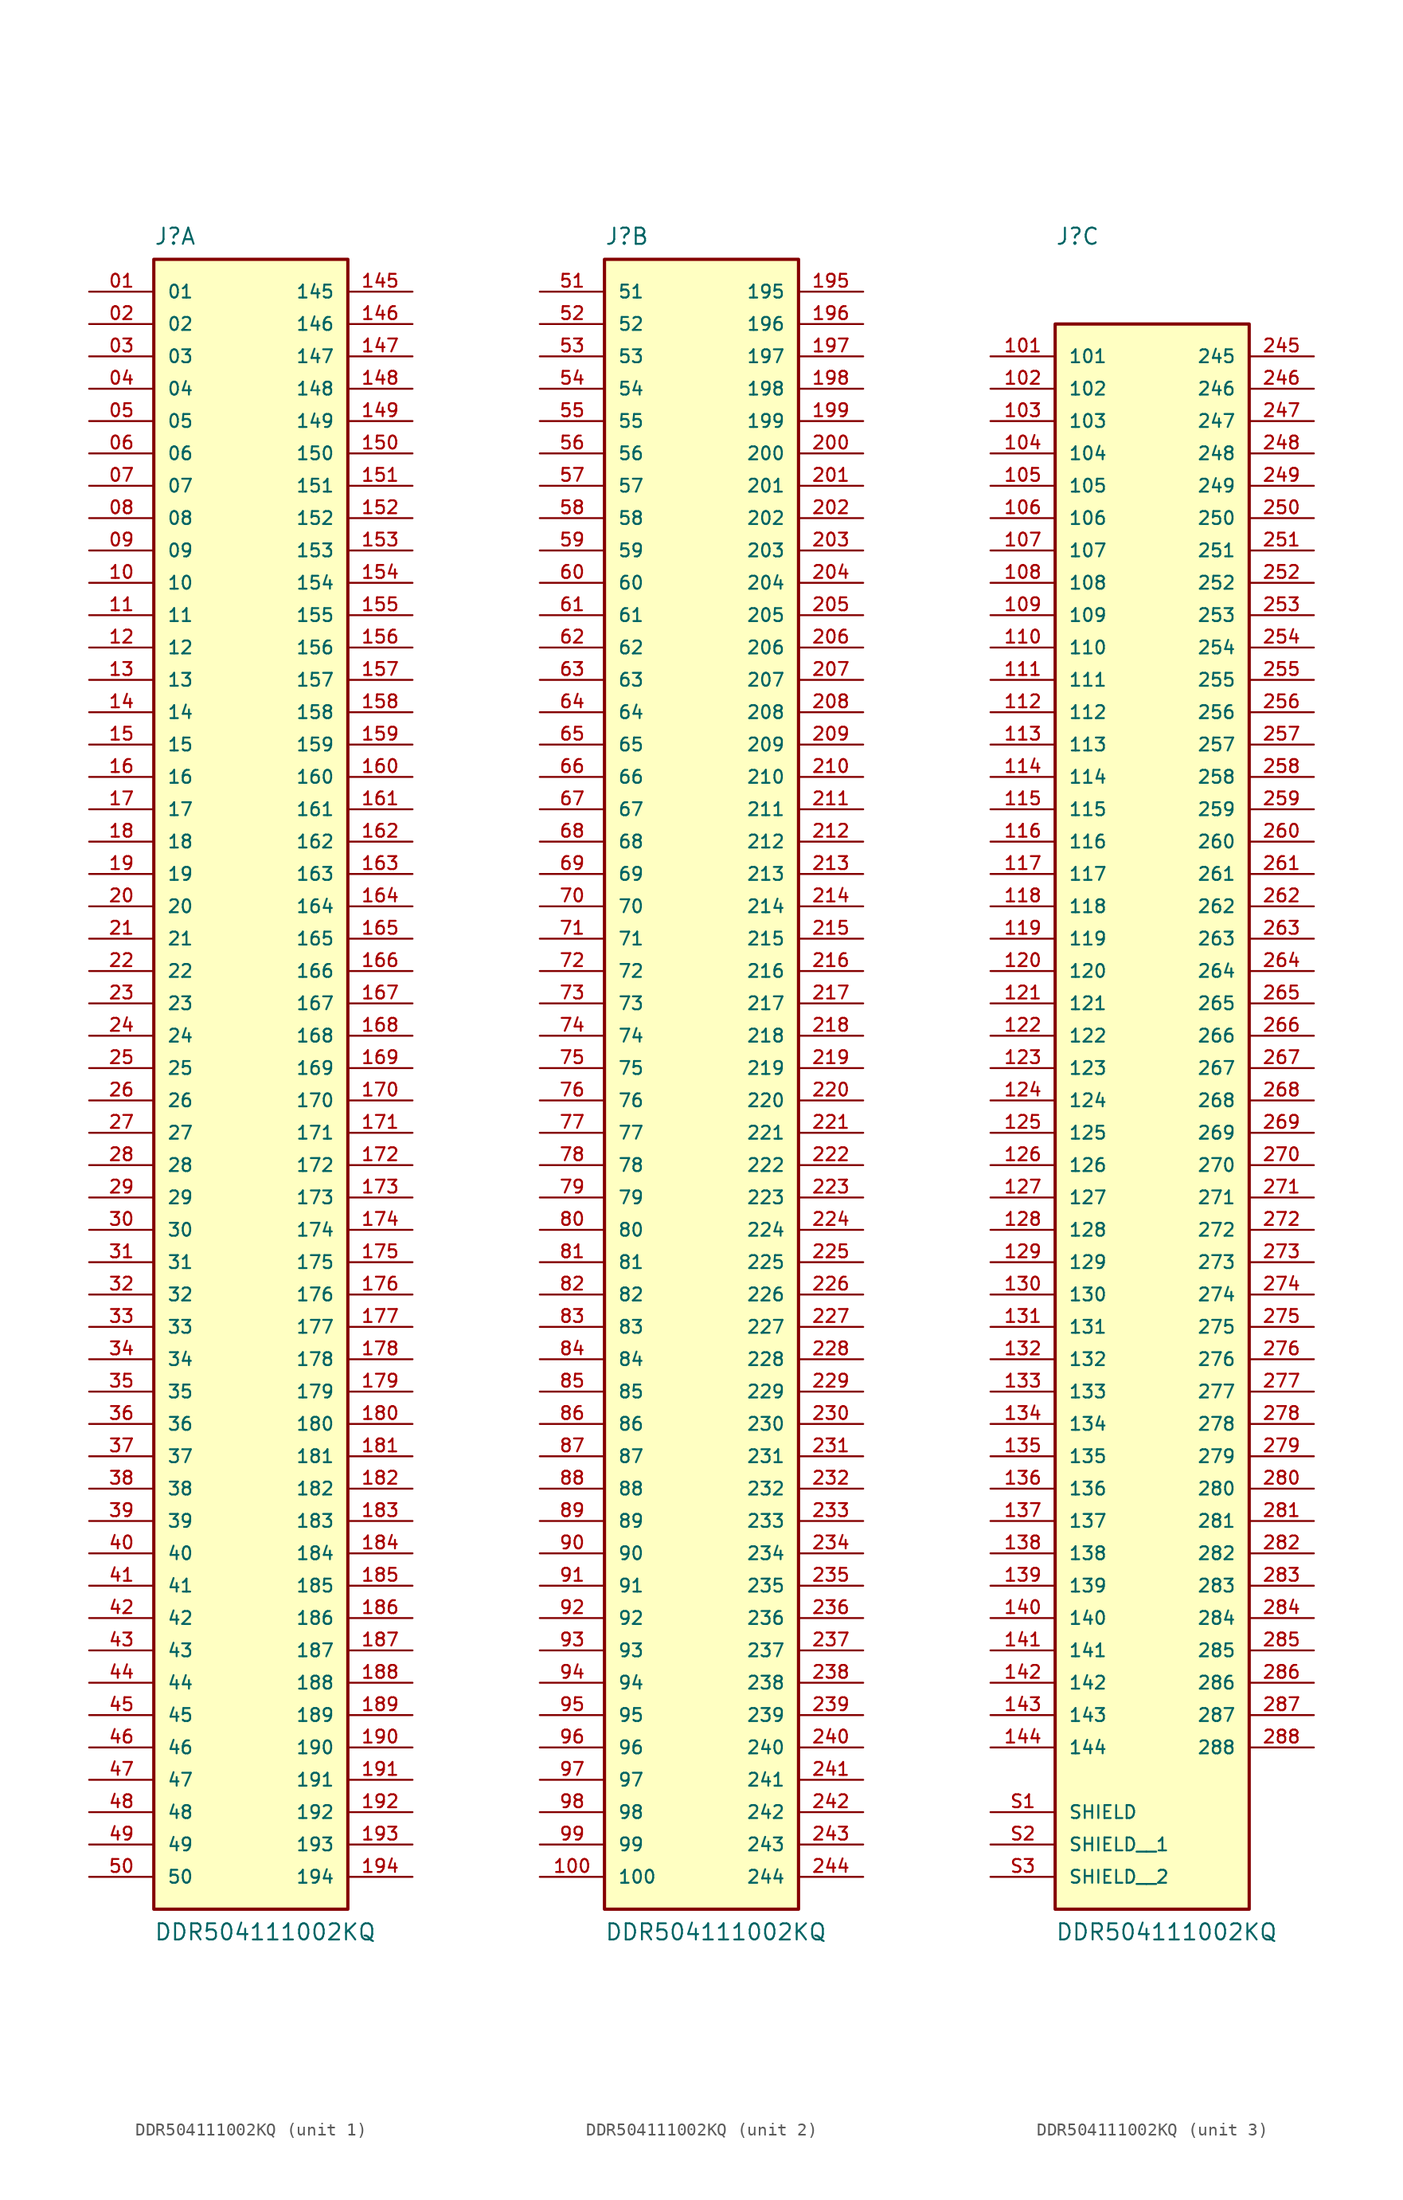
<source format=kicad_sym>
(kicad_symbol_lib
  (version 20211014)
  (generator kicad_symbol_editor)
  (symbol "DDR504111002KQ"
    (pin_names
      (offset 1.016))
    (property "Reference" "J"
      (at -7.62 66.04 0)
      (effects (font (size 1.27 1.27)) (justify top left)))
    (property "Value" "DDR504111002KQ"
      (at -7.62 -68.58 0)
      (effects (font (size 1.27 1.27)) (justify bottom left)))
    (symbol "DDR504111002KQ_1_0"
      (rectangle (start -7.62 -66.04) (end 7.62 63.5) (stroke (width 0.254)) (fill (type background)))
      (pin passive line (at -12.7 60.96 0) (length 5.08) (name "01" (effects (font (size 1.016 1.016)))) (number "01" (effects (font (size 1.016 1.016)))))
      (pin passive line (at -12.7 58.42 0) (length 5.08) (name "02" (effects (font (size 1.016 1.016)))) (number "02" (effects (font (size 1.016 1.016)))))
      (pin passive line (at -12.7 55.88 0) (length 5.08) (name "03" (effects (font (size 1.016 1.016)))) (number "03" (effects (font (size 1.016 1.016)))))
      (pin passive line (at -12.7 53.34 0) (length 5.08) (name "04" (effects (font (size 1.016 1.016)))) (number "04" (effects (font (size 1.016 1.016)))))
      (pin passive line (at -12.7 50.8 0) (length 5.08) (name "05" (effects (font (size 1.016 1.016)))) (number "05" (effects (font (size 1.016 1.016)))))
      (pin passive line (at -12.7 48.26 0) (length 5.08) (name "06" (effects (font (size 1.016 1.016)))) (number "06" (effects (font (size 1.016 1.016)))))
      (pin passive line (at -12.7 45.72 0) (length 5.08) (name "07" (effects (font (size 1.016 1.016)))) (number "07" (effects (font (size 1.016 1.016)))))
      (pin passive line (at -12.7 43.18 0) (length 5.08) (name "08" (effects (font (size 1.016 1.016)))) (number "08" (effects (font (size 1.016 1.016)))))
      (pin passive line (at -12.7 40.64 0) (length 5.08) (name "09" (effects (font (size 1.016 1.016)))) (number "09" (effects (font (size 1.016 1.016)))))
      (pin passive line (at -12.7 38.1 0) (length 5.08) (name "10" (effects (font (size 1.016 1.016)))) (number "10" (effects (font (size 1.016 1.016)))))
      (pin passive line (at -12.7 35.56 0) (length 5.08) (name "11" (effects (font (size 1.016 1.016)))) (number "11" (effects (font (size 1.016 1.016)))))
      (pin passive line (at -12.7 33.02 0) (length 5.08) (name "12" (effects (font (size 1.016 1.016)))) (number "12" (effects (font (size 1.016 1.016)))))
      (pin passive line (at -12.7 30.48 0) (length 5.08) (name "13" (effects (font (size 1.016 1.016)))) (number "13" (effects (font (size 1.016 1.016)))))
      (pin passive line (at -12.7 27.94 0) (length 5.08) (name "14" (effects (font (size 1.016 1.016)))) (number "14" (effects (font (size 1.016 1.016)))))
      (pin passive line (at -12.7 25.4 0) (length 5.08) (name "15" (effects (font (size 1.016 1.016)))) (number "15" (effects (font (size 1.016 1.016)))))
      (pin passive line (at -12.7 22.86 0) (length 5.08) (name "16" (effects (font (size 1.016 1.016)))) (number "16" (effects (font (size 1.016 1.016)))))
      (pin passive line (at -12.7 20.32 0) (length 5.08) (name "17" (effects (font (size 1.016 1.016)))) (number "17" (effects (font (size 1.016 1.016)))))
      (pin passive line (at -12.7 17.78 0) (length 5.08) (name "18" (effects (font (size 1.016 1.016)))) (number "18" (effects (font (size 1.016 1.016)))))
      (pin passive line (at -12.7 15.24 0) (length 5.08) (name "19" (effects (font (size 1.016 1.016)))) (number "19" (effects (font (size 1.016 1.016)))))
      (pin passive line (at -12.7 12.7 0) (length 5.08) (name "20" (effects (font (size 1.016 1.016)))) (number "20" (effects (font (size 1.016 1.016)))))
      (pin passive line (at -12.7 10.16 0) (length 5.08) (name "21" (effects (font (size 1.016 1.016)))) (number "21" (effects (font (size 1.016 1.016)))))
      (pin passive line (at -12.7 7.62 0) (length 5.08) (name "22" (effects (font (size 1.016 1.016)))) (number "22" (effects (font (size 1.016 1.016)))))
      (pin passive line (at -12.7 5.08 0) (length 5.08) (name "23" (effects (font (size 1.016 1.016)))) (number "23" (effects (font (size 1.016 1.016)))))
      (pin passive line (at -12.7 2.54 0) (length 5.08) (name "24" (effects (font (size 1.016 1.016)))) (number "24" (effects (font (size 1.016 1.016)))))
      (pin passive line (at -12.7 0.0 0) (length 5.08) (name "25" (effects (font (size 1.016 1.016)))) (number "25" (effects (font (size 1.016 1.016)))))
      (pin passive line (at -12.7 -2.54 0) (length 5.08) (name "26" (effects (font (size 1.016 1.016)))) (number "26" (effects (font (size 1.016 1.016)))))
      (pin passive line (at -12.7 -5.08 0) (length 5.08) (name "27" (effects (font (size 1.016 1.016)))) (number "27" (effects (font (size 1.016 1.016)))))
      (pin passive line (at -12.7 -7.62 0) (length 5.08) (name "28" (effects (font (size 1.016 1.016)))) (number "28" (effects (font (size 1.016 1.016)))))
      (pin passive line (at -12.7 -10.16 0) (length 5.08) (name "29" (effects (font (size 1.016 1.016)))) (number "29" (effects (font (size 1.016 1.016)))))
      (pin passive line (at -12.7 -12.7 0) (length 5.08) (name "30" (effects (font (size 1.016 1.016)))) (number "30" (effects (font (size 1.016 1.016)))))
      (pin passive line (at -12.7 -15.24 0) (length 5.08) (name "31" (effects (font (size 1.016 1.016)))) (number "31" (effects (font (size 1.016 1.016)))))
      (pin passive line (at -12.7 -17.78 0) (length 5.08) (name "32" (effects (font (size 1.016 1.016)))) (number "32" (effects (font (size 1.016 1.016)))))
      (pin passive line (at -12.7 -20.32 0) (length 5.08) (name "33" (effects (font (size 1.016 1.016)))) (number "33" (effects (font (size 1.016 1.016)))))
      (pin passive line (at -12.7 -22.86 0) (length 5.08) (name "34" (effects (font (size 1.016 1.016)))) (number "34" (effects (font (size 1.016 1.016)))))
      (pin passive line (at -12.7 -25.4 0) (length 5.08) (name "35" (effects (font (size 1.016 1.016)))) (number "35" (effects (font (size 1.016 1.016)))))
      (pin passive line (at -12.7 -27.94 0) (length 5.08) (name "36" (effects (font (size 1.016 1.016)))) (number "36" (effects (font (size 1.016 1.016)))))
      (pin passive line (at -12.7 -30.48 0) (length 5.08) (name "37" (effects (font (size 1.016 1.016)))) (number "37" (effects (font (size 1.016 1.016)))))
      (pin passive line (at -12.7 -33.02 0) (length 5.08) (name "38" (effects (font (size 1.016 1.016)))) (number "38" (effects (font (size 1.016 1.016)))))
      (pin passive line (at -12.7 -35.56 0) (length 5.08) (name "39" (effects (font (size 1.016 1.016)))) (number "39" (effects (font (size 1.016 1.016)))))
      (pin passive line (at -12.7 -38.1 0) (length 5.08) (name "40" (effects (font (size 1.016 1.016)))) (number "40" (effects (font (size 1.016 1.016)))))
      (pin passive line (at -12.7 -40.64 0) (length 5.08) (name "41" (effects (font (size 1.016 1.016)))) (number "41" (effects (font (size 1.016 1.016)))))
      (pin passive line (at -12.7 -43.18 0) (length 5.08) (name "42" (effects (font (size 1.016 1.016)))) (number "42" (effects (font (size 1.016 1.016)))))
      (pin passive line (at -12.7 -45.72 0) (length 5.08) (name "43" (effects (font (size 1.016 1.016)))) (number "43" (effects (font (size 1.016 1.016)))))
      (pin passive line (at -12.7 -48.26 0) (length 5.08) (name "44" (effects (font (size 1.016 1.016)))) (number "44" (effects (font (size 1.016 1.016)))))
      (pin passive line (at -12.7 -50.8 0) (length 5.08) (name "45" (effects (font (size 1.016 1.016)))) (number "45" (effects (font (size 1.016 1.016)))))
      (pin passive line (at -12.7 -53.34 0) (length 5.08) (name "46" (effects (font (size 1.016 1.016)))) (number "46" (effects (font (size 1.016 1.016)))))
      (pin passive line (at -12.7 -55.88 0) (length 5.08) (name "47" (effects (font (size 1.016 1.016)))) (number "47" (effects (font (size 1.016 1.016)))))
      (pin passive line (at -12.7 -58.42 0) (length 5.08) (name "48" (effects (font (size 1.016 1.016)))) (number "48" (effects (font (size 1.016 1.016)))))
      (pin passive line (at -12.7 -60.96 0) (length 5.08) (name "49" (effects (font (size 1.016 1.016)))) (number "49" (effects (font (size 1.016 1.016)))))
      (pin passive line (at -12.7 -63.5 0) (length 5.08) (name "50" (effects (font (size 1.016 1.016)))) (number "50" (effects (font (size 1.016 1.016)))))
      (pin passive line (at 12.7 60.96 180.0) (length 5.08) (name "145" (effects (font (size 1.016 1.016)))) (number "145" (effects (font (size 1.016 1.016)))))
      (pin passive line (at 12.7 58.42 180.0) (length 5.08) (name "146" (effects (font (size 1.016 1.016)))) (number "146" (effects (font (size 1.016 1.016)))))
      (pin passive line (at 12.7 55.88 180.0) (length 5.08) (name "147" (effects (font (size 1.016 1.016)))) (number "147" (effects (font (size 1.016 1.016)))))
      (pin passive line (at 12.7 53.34 180.0) (length 5.08) (name "148" (effects (font (size 1.016 1.016)))) (number "148" (effects (font (size 1.016 1.016)))))
      (pin passive line (at 12.7 50.8 180.0) (length 5.08) (name "149" (effects (font (size 1.016 1.016)))) (number "149" (effects (font (size 1.016 1.016)))))
      (pin passive line (at 12.7 48.26 180.0) (length 5.08) (name "150" (effects (font (size 1.016 1.016)))) (number "150" (effects (font (size 1.016 1.016)))))
      (pin passive line (at 12.7 45.72 180.0) (length 5.08) (name "151" (effects (font (size 1.016 1.016)))) (number "151" (effects (font (size 1.016 1.016)))))
      (pin passive line (at 12.7 43.18 180.0) (length 5.08) (name "152" (effects (font (size 1.016 1.016)))) (number "152" (effects (font (size 1.016 1.016)))))
      (pin passive line (at 12.7 40.64 180.0) (length 5.08) (name "153" (effects (font (size 1.016 1.016)))) (number "153" (effects (font (size 1.016 1.016)))))
      (pin passive line (at 12.7 38.1 180.0) (length 5.08) (name "154" (effects (font (size 1.016 1.016)))) (number "154" (effects (font (size 1.016 1.016)))))
      (pin passive line (at 12.7 35.56 180.0) (length 5.08) (name "155" (effects (font (size 1.016 1.016)))) (number "155" (effects (font (size 1.016 1.016)))))
      (pin passive line (at 12.7 33.02 180.0) (length 5.08) (name "156" (effects (font (size 1.016 1.016)))) (number "156" (effects (font (size 1.016 1.016)))))
      (pin passive line (at 12.7 30.48 180.0) (length 5.08) (name "157" (effects (font (size 1.016 1.016)))) (number "157" (effects (font (size 1.016 1.016)))))
      (pin passive line (at 12.7 27.94 180.0) (length 5.08) (name "158" (effects (font (size 1.016 1.016)))) (number "158" (effects (font (size 1.016 1.016)))))
      (pin passive line (at 12.7 25.4 180.0) (length 5.08) (name "159" (effects (font (size 1.016 1.016)))) (number "159" (effects (font (size 1.016 1.016)))))
      (pin passive line (at 12.7 22.86 180.0) (length 5.08) (name "160" (effects (font (size 1.016 1.016)))) (number "160" (effects (font (size 1.016 1.016)))))
      (pin passive line (at 12.7 20.32 180.0) (length 5.08) (name "161" (effects (font (size 1.016 1.016)))) (number "161" (effects (font (size 1.016 1.016)))))
      (pin passive line (at 12.7 17.78 180.0) (length 5.08) (name "162" (effects (font (size 1.016 1.016)))) (number "162" (effects (font (size 1.016 1.016)))))
      (pin passive line (at 12.7 15.24 180.0) (length 5.08) (name "163" (effects (font (size 1.016 1.016)))) (number "163" (effects (font (size 1.016 1.016)))))
      (pin passive line (at 12.7 12.7 180.0) (length 5.08) (name "164" (effects (font (size 1.016 1.016)))) (number "164" (effects (font (size 1.016 1.016)))))
      (pin passive line (at 12.7 10.16 180.0) (length 5.08) (name "165" (effects (font (size 1.016 1.016)))) (number "165" (effects (font (size 1.016 1.016)))))
      (pin passive line (at 12.7 7.62 180.0) (length 5.08) (name "166" (effects (font (size 1.016 1.016)))) (number "166" (effects (font (size 1.016 1.016)))))
      (pin passive line (at 12.7 5.08 180.0) (length 5.08) (name "167" (effects (font (size 1.016 1.016)))) (number "167" (effects (font (size 1.016 1.016)))))
      (pin passive line (at 12.7 2.54 180.0) (length 5.08) (name "168" (effects (font (size 1.016 1.016)))) (number "168" (effects (font (size 1.016 1.016)))))
      (pin passive line (at 12.7 0.0 180.0) (length 5.08) (name "169" (effects (font (size 1.016 1.016)))) (number "169" (effects (font (size 1.016 1.016)))))
      (pin passive line (at 12.7 -2.54 180.0) (length 5.08) (name "170" (effects (font (size 1.016 1.016)))) (number "170" (effects (font (size 1.016 1.016)))))
      (pin passive line (at 12.7 -5.08 180.0) (length 5.08) (name "171" (effects (font (size 1.016 1.016)))) (number "171" (effects (font (size 1.016 1.016)))))
      (pin passive line (at 12.7 -7.62 180.0) (length 5.08) (name "172" (effects (font (size 1.016 1.016)))) (number "172" (effects (font (size 1.016 1.016)))))
      (pin passive line (at 12.7 -10.16 180.0) (length 5.08) (name "173" (effects (font (size 1.016 1.016)))) (number "173" (effects (font (size 1.016 1.016)))))
      (pin passive line (at 12.7 -12.7 180.0) (length 5.08) (name "174" (effects (font (size 1.016 1.016)))) (number "174" (effects (font (size 1.016 1.016)))))
      (pin passive line (at 12.7 -15.24 180.0) (length 5.08) (name "175" (effects (font (size 1.016 1.016)))) (number "175" (effects (font (size 1.016 1.016)))))
      (pin passive line (at 12.7 -17.78 180.0) (length 5.08) (name "176" (effects (font (size 1.016 1.016)))) (number "176" (effects (font (size 1.016 1.016)))))
      (pin passive line (at 12.7 -20.32 180.0) (length 5.08) (name "177" (effects (font (size 1.016 1.016)))) (number "177" (effects (font (size 1.016 1.016)))))
      (pin passive line (at 12.7 -22.86 180.0) (length 5.08) (name "178" (effects (font (size 1.016 1.016)))) (number "178" (effects (font (size 1.016 1.016)))))
      (pin passive line (at 12.7 -25.4 180.0) (length 5.08) (name "179" (effects (font (size 1.016 1.016)))) (number "179" (effects (font (size 1.016 1.016)))))
      (pin passive line (at 12.7 -27.94 180.0) (length 5.08) (name "180" (effects (font (size 1.016 1.016)))) (number "180" (effects (font (size 1.016 1.016)))))
      (pin passive line (at 12.7 -30.48 180.0) (length 5.08) (name "181" (effects (font (size 1.016 1.016)))) (number "181" (effects (font (size 1.016 1.016)))))
      (pin passive line (at 12.7 -33.02 180.0) (length 5.08) (name "182" (effects (font (size 1.016 1.016)))) (number "182" (effects (font (size 1.016 1.016)))))
      (pin passive line (at 12.7 -35.56 180.0) (length 5.08) (name "183" (effects (font (size 1.016 1.016)))) (number "183" (effects (font (size 1.016 1.016)))))
      (pin passive line (at 12.7 -38.1 180.0) (length 5.08) (name "184" (effects (font (size 1.016 1.016)))) (number "184" (effects (font (size 1.016 1.016)))))
      (pin passive line (at 12.7 -40.64 180.0) (length 5.08) (name "185" (effects (font (size 1.016 1.016)))) (number "185" (effects (font (size 1.016 1.016)))))
      (pin passive line (at 12.7 -43.18 180.0) (length 5.08) (name "186" (effects (font (size 1.016 1.016)))) (number "186" (effects (font (size 1.016 1.016)))))
      (pin passive line (at 12.7 -45.72 180.0) (length 5.08) (name "187" (effects (font (size 1.016 1.016)))) (number "187" (effects (font (size 1.016 1.016)))))
      (pin passive line (at 12.7 -48.26 180.0) (length 5.08) (name "188" (effects (font (size 1.016 1.016)))) (number "188" (effects (font (size 1.016 1.016)))))
      (pin passive line (at 12.7 -50.8 180.0) (length 5.08) (name "189" (effects (font (size 1.016 1.016)))) (number "189" (effects (font (size 1.016 1.016)))))
      (pin passive line (at 12.7 -53.34 180.0) (length 5.08) (name "190" (effects (font (size 1.016 1.016)))) (number "190" (effects (font (size 1.016 1.016)))))
      (pin passive line (at 12.7 -55.88 180.0) (length 5.08) (name "191" (effects (font (size 1.016 1.016)))) (number "191" (effects (font (size 1.016 1.016)))))
      (pin passive line (at 12.7 -58.42 180.0) (length 5.08) (name "192" (effects (font (size 1.016 1.016)))) (number "192" (effects (font (size 1.016 1.016)))))
      (pin passive line (at 12.7 -60.96 180.0) (length 5.08) (name "193" (effects (font (size 1.016 1.016)))) (number "193" (effects (font (size 1.016 1.016)))))
      (pin passive line (at 12.7 -63.5 180.0) (length 5.08) (name "194" (effects (font (size 1.016 1.016)))) (number "194" (effects (font (size 1.016 1.016))))))
    (symbol "DDR504111002KQ_2_0"
      (rectangle (start -7.62 -66.04) (end 7.62 63.5) (stroke (width 0.254)) (fill (type background)))
      (pin passive line (at -12.7 60.96 0) (length 5.08) (name "51" (effects (font (size 1.016 1.016)))) (number "51" (effects (font (size 1.016 1.016)))))
      (pin passive line (at -12.7 58.42 0) (length 5.08) (name "52" (effects (font (size 1.016 1.016)))) (number "52" (effects (font (size 1.016 1.016)))))
      (pin passive line (at -12.7 55.88 0) (length 5.08) (name "53" (effects (font (size 1.016 1.016)))) (number "53" (effects (font (size 1.016 1.016)))))
      (pin passive line (at -12.7 53.34 0) (length 5.08) (name "54" (effects (font (size 1.016 1.016)))) (number "54" (effects (font (size 1.016 1.016)))))
      (pin passive line (at -12.7 50.8 0) (length 5.08) (name "55" (effects (font (size 1.016 1.016)))) (number "55" (effects (font (size 1.016 1.016)))))
      (pin passive line (at -12.7 48.26 0) (length 5.08) (name "56" (effects (font (size 1.016 1.016)))) (number "56" (effects (font (size 1.016 1.016)))))
      (pin passive line (at -12.7 45.72 0) (length 5.08) (name "57" (effects (font (size 1.016 1.016)))) (number "57" (effects (font (size 1.016 1.016)))))
      (pin passive line (at -12.7 43.18 0) (length 5.08) (name "58" (effects (font (size 1.016 1.016)))) (number "58" (effects (font (size 1.016 1.016)))))
      (pin passive line (at -12.7 40.64 0) (length 5.08) (name "59" (effects (font (size 1.016 1.016)))) (number "59" (effects (font (size 1.016 1.016)))))
      (pin passive line (at -12.7 38.1 0) (length 5.08) (name "60" (effects (font (size 1.016 1.016)))) (number "60" (effects (font (size 1.016 1.016)))))
      (pin passive line (at -12.7 35.56 0) (length 5.08) (name "61" (effects (font (size 1.016 1.016)))) (number "61" (effects (font (size 1.016 1.016)))))
      (pin passive line (at -12.7 33.02 0) (length 5.08) (name "62" (effects (font (size 1.016 1.016)))) (number "62" (effects (font (size 1.016 1.016)))))
      (pin passive line (at -12.7 30.48 0) (length 5.08) (name "63" (effects (font (size 1.016 1.016)))) (number "63" (effects (font (size 1.016 1.016)))))
      (pin passive line (at -12.7 27.94 0) (length 5.08) (name "64" (effects (font (size 1.016 1.016)))) (number "64" (effects (font (size 1.016 1.016)))))
      (pin passive line (at -12.7 25.4 0) (length 5.08) (name "65" (effects (font (size 1.016 1.016)))) (number "65" (effects (font (size 1.016 1.016)))))
      (pin passive line (at -12.7 22.86 0) (length 5.08) (name "66" (effects (font (size 1.016 1.016)))) (number "66" (effects (font (size 1.016 1.016)))))
      (pin passive line (at -12.7 20.32 0) (length 5.08) (name "67" (effects (font (size 1.016 1.016)))) (number "67" (effects (font (size 1.016 1.016)))))
      (pin passive line (at -12.7 17.78 0) (length 5.08) (name "68" (effects (font (size 1.016 1.016)))) (number "68" (effects (font (size 1.016 1.016)))))
      (pin passive line (at -12.7 15.24 0) (length 5.08) (name "69" (effects (font (size 1.016 1.016)))) (number "69" (effects (font (size 1.016 1.016)))))
      (pin passive line (at -12.7 12.7 0) (length 5.08) (name "70" (effects (font (size 1.016 1.016)))) (number "70" (effects (font (size 1.016 1.016)))))
      (pin passive line (at -12.7 10.16 0) (length 5.08) (name "71" (effects (font (size 1.016 1.016)))) (number "71" (effects (font (size 1.016 1.016)))))
      (pin passive line (at -12.7 7.62 0) (length 5.08) (name "72" (effects (font (size 1.016 1.016)))) (number "72" (effects (font (size 1.016 1.016)))))
      (pin passive line (at -12.7 5.08 0) (length 5.08) (name "73" (effects (font (size 1.016 1.016)))) (number "73" (effects (font (size 1.016 1.016)))))
      (pin passive line (at -12.7 2.54 0) (length 5.08) (name "74" (effects (font (size 1.016 1.016)))) (number "74" (effects (font (size 1.016 1.016)))))
      (pin passive line (at -12.7 0.0 0) (length 5.08) (name "75" (effects (font (size 1.016 1.016)))) (number "75" (effects (font (size 1.016 1.016)))))
      (pin passive line (at -12.7 -2.54 0) (length 5.08) (name "76" (effects (font (size 1.016 1.016)))) (number "76" (effects (font (size 1.016 1.016)))))
      (pin passive line (at -12.7 -5.08 0) (length 5.08) (name "77" (effects (font (size 1.016 1.016)))) (number "77" (effects (font (size 1.016 1.016)))))
      (pin passive line (at -12.7 -7.62 0) (length 5.08) (name "78" (effects (font (size 1.016 1.016)))) (number "78" (effects (font (size 1.016 1.016)))))
      (pin passive line (at -12.7 -10.16 0) (length 5.08) (name "79" (effects (font (size 1.016 1.016)))) (number "79" (effects (font (size 1.016 1.016)))))
      (pin passive line (at -12.7 -12.7 0) (length 5.08) (name "80" (effects (font (size 1.016 1.016)))) (number "80" (effects (font (size 1.016 1.016)))))
      (pin passive line (at -12.7 -15.24 0) (length 5.08) (name "81" (effects (font (size 1.016 1.016)))) (number "81" (effects (font (size 1.016 1.016)))))
      (pin passive line (at -12.7 -17.78 0) (length 5.08) (name "82" (effects (font (size 1.016 1.016)))) (number "82" (effects (font (size 1.016 1.016)))))
      (pin passive line (at -12.7 -20.32 0) (length 5.08) (name "83" (effects (font (size 1.016 1.016)))) (number "83" (effects (font (size 1.016 1.016)))))
      (pin passive line (at -12.7 -22.86 0) (length 5.08) (name "84" (effects (font (size 1.016 1.016)))) (number "84" (effects (font (size 1.016 1.016)))))
      (pin passive line (at -12.7 -25.4 0) (length 5.08) (name "85" (effects (font (size 1.016 1.016)))) (number "85" (effects (font (size 1.016 1.016)))))
      (pin passive line (at -12.7 -27.94 0) (length 5.08) (name "86" (effects (font (size 1.016 1.016)))) (number "86" (effects (font (size 1.016 1.016)))))
      (pin passive line (at -12.7 -30.48 0) (length 5.08) (name "87" (effects (font (size 1.016 1.016)))) (number "87" (effects (font (size 1.016 1.016)))))
      (pin passive line (at -12.7 -33.02 0) (length 5.08) (name "88" (effects (font (size 1.016 1.016)))) (number "88" (effects (font (size 1.016 1.016)))))
      (pin passive line (at -12.7 -35.56 0) (length 5.08) (name "89" (effects (font (size 1.016 1.016)))) (number "89" (effects (font (size 1.016 1.016)))))
      (pin passive line (at -12.7 -38.1 0) (length 5.08) (name "90" (effects (font (size 1.016 1.016)))) (number "90" (effects (font (size 1.016 1.016)))))
      (pin passive line (at -12.7 -40.64 0) (length 5.08) (name "91" (effects (font (size 1.016 1.016)))) (number "91" (effects (font (size 1.016 1.016)))))
      (pin passive line (at -12.7 -43.18 0) (length 5.08) (name "92" (effects (font (size 1.016 1.016)))) (number "92" (effects (font (size 1.016 1.016)))))
      (pin passive line (at -12.7 -45.72 0) (length 5.08) (name "93" (effects (font (size 1.016 1.016)))) (number "93" (effects (font (size 1.016 1.016)))))
      (pin passive line (at -12.7 -48.26 0) (length 5.08) (name "94" (effects (font (size 1.016 1.016)))) (number "94" (effects (font (size 1.016 1.016)))))
      (pin passive line (at -12.7 -50.8 0) (length 5.08) (name "95" (effects (font (size 1.016 1.016)))) (number "95" (effects (font (size 1.016 1.016)))))
      (pin passive line (at -12.7 -53.34 0) (length 5.08) (name "96" (effects (font (size 1.016 1.016)))) (number "96" (effects (font (size 1.016 1.016)))))
      (pin passive line (at -12.7 -55.88 0) (length 5.08) (name "97" (effects (font (size 1.016 1.016)))) (number "97" (effects (font (size 1.016 1.016)))))
      (pin passive line (at -12.7 -58.42 0) (length 5.08) (name "98" (effects (font (size 1.016 1.016)))) (number "98" (effects (font (size 1.016 1.016)))))
      (pin passive line (at -12.7 -60.96 0) (length 5.08) (name "99" (effects (font (size 1.016 1.016)))) (number "99" (effects (font (size 1.016 1.016)))))
      (pin passive line (at -12.7 -63.5 0) (length 5.08) (name "100" (effects (font (size 1.016 1.016)))) (number "100" (effects (font (size 1.016 1.016)))))
      (pin passive line (at 12.7 60.96 180.0) (length 5.08) (name "195" (effects (font (size 1.016 1.016)))) (number "195" (effects (font (size 1.016 1.016)))))
      (pin passive line (at 12.7 58.42 180.0) (length 5.08) (name "196" (effects (font (size 1.016 1.016)))) (number "196" (effects (font (size 1.016 1.016)))))
      (pin passive line (at 12.7 55.88 180.0) (length 5.08) (name "197" (effects (font (size 1.016 1.016)))) (number "197" (effects (font (size 1.016 1.016)))))
      (pin passive line (at 12.7 53.34 180.0) (length 5.08) (name "198" (effects (font (size 1.016 1.016)))) (number "198" (effects (font (size 1.016 1.016)))))
      (pin passive line (at 12.7 50.8 180.0) (length 5.08) (name "199" (effects (font (size 1.016 1.016)))) (number "199" (effects (font (size 1.016 1.016)))))
      (pin passive line (at 12.7 48.26 180.0) (length 5.08) (name "200" (effects (font (size 1.016 1.016)))) (number "200" (effects (font (size 1.016 1.016)))))
      (pin passive line (at 12.7 45.72 180.0) (length 5.08) (name "201" (effects (font (size 1.016 1.016)))) (number "201" (effects (font (size 1.016 1.016)))))
      (pin passive line (at 12.7 43.18 180.0) (length 5.08) (name "202" (effects (font (size 1.016 1.016)))) (number "202" (effects (font (size 1.016 1.016)))))
      (pin passive line (at 12.7 40.64 180.0) (length 5.08) (name "203" (effects (font (size 1.016 1.016)))) (number "203" (effects (font (size 1.016 1.016)))))
      (pin passive line (at 12.7 38.1 180.0) (length 5.08) (name "204" (effects (font (size 1.016 1.016)))) (number "204" (effects (font (size 1.016 1.016)))))
      (pin passive line (at 12.7 35.56 180.0) (length 5.08) (name "205" (effects (font (size 1.016 1.016)))) (number "205" (effects (font (size 1.016 1.016)))))
      (pin passive line (at 12.7 33.02 180.0) (length 5.08) (name "206" (effects (font (size 1.016 1.016)))) (number "206" (effects (font (size 1.016 1.016)))))
      (pin passive line (at 12.7 30.48 180.0) (length 5.08) (name "207" (effects (font (size 1.016 1.016)))) (number "207" (effects (font (size 1.016 1.016)))))
      (pin passive line (at 12.7 27.94 180.0) (length 5.08) (name "208" (effects (font (size 1.016 1.016)))) (number "208" (effects (font (size 1.016 1.016)))))
      (pin passive line (at 12.7 25.4 180.0) (length 5.08) (name "209" (effects (font (size 1.016 1.016)))) (number "209" (effects (font (size 1.016 1.016)))))
      (pin passive line (at 12.7 22.86 180.0) (length 5.08) (name "210" (effects (font (size 1.016 1.016)))) (number "210" (effects (font (size 1.016 1.016)))))
      (pin passive line (at 12.7 20.32 180.0) (length 5.08) (name "211" (effects (font (size 1.016 1.016)))) (number "211" (effects (font (size 1.016 1.016)))))
      (pin passive line (at 12.7 17.78 180.0) (length 5.08) (name "212" (effects (font (size 1.016 1.016)))) (number "212" (effects (font (size 1.016 1.016)))))
      (pin passive line (at 12.7 15.24 180.0) (length 5.08) (name "213" (effects (font (size 1.016 1.016)))) (number "213" (effects (font (size 1.016 1.016)))))
      (pin passive line (at 12.7 12.7 180.0) (length 5.08) (name "214" (effects (font (size 1.016 1.016)))) (number "214" (effects (font (size 1.016 1.016)))))
      (pin passive line (at 12.7 10.16 180.0) (length 5.08) (name "215" (effects (font (size 1.016 1.016)))) (number "215" (effects (font (size 1.016 1.016)))))
      (pin passive line (at 12.7 7.62 180.0) (length 5.08) (name "216" (effects (font (size 1.016 1.016)))) (number "216" (effects (font (size 1.016 1.016)))))
      (pin passive line (at 12.7 5.08 180.0) (length 5.08) (name "217" (effects (font (size 1.016 1.016)))) (number "217" (effects (font (size 1.016 1.016)))))
      (pin passive line (at 12.7 2.54 180.0) (length 5.08) (name "218" (effects (font (size 1.016 1.016)))) (number "218" (effects (font (size 1.016 1.016)))))
      (pin passive line (at 12.7 0.0 180.0) (length 5.08) (name "219" (effects (font (size 1.016 1.016)))) (number "219" (effects (font (size 1.016 1.016)))))
      (pin passive line (at 12.7 -2.54 180.0) (length 5.08) (name "220" (effects (font (size 1.016 1.016)))) (number "220" (effects (font (size 1.016 1.016)))))
      (pin passive line (at 12.7 -5.08 180.0) (length 5.08) (name "221" (effects (font (size 1.016 1.016)))) (number "221" (effects (font (size 1.016 1.016)))))
      (pin passive line (at 12.7 -7.62 180.0) (length 5.08) (name "222" (effects (font (size 1.016 1.016)))) (number "222" (effects (font (size 1.016 1.016)))))
      (pin passive line (at 12.7 -10.16 180.0) (length 5.08) (name "223" (effects (font (size 1.016 1.016)))) (number "223" (effects (font (size 1.016 1.016)))))
      (pin passive line (at 12.7 -12.7 180.0) (length 5.08) (name "224" (effects (font (size 1.016 1.016)))) (number "224" (effects (font (size 1.016 1.016)))))
      (pin passive line (at 12.7 -15.24 180.0) (length 5.08) (name "225" (effects (font (size 1.016 1.016)))) (number "225" (effects (font (size 1.016 1.016)))))
      (pin passive line (at 12.7 -17.78 180.0) (length 5.08) (name "226" (effects (font (size 1.016 1.016)))) (number "226" (effects (font (size 1.016 1.016)))))
      (pin passive line (at 12.7 -20.32 180.0) (length 5.08) (name "227" (effects (font (size 1.016 1.016)))) (number "227" (effects (font (size 1.016 1.016)))))
      (pin passive line (at 12.7 -22.86 180.0) (length 5.08) (name "228" (effects (font (size 1.016 1.016)))) (number "228" (effects (font (size 1.016 1.016)))))
      (pin passive line (at 12.7 -25.4 180.0) (length 5.08) (name "229" (effects (font (size 1.016 1.016)))) (number "229" (effects (font (size 1.016 1.016)))))
      (pin passive line (at 12.7 -27.94 180.0) (length 5.08) (name "230" (effects (font (size 1.016 1.016)))) (number "230" (effects (font (size 1.016 1.016)))))
      (pin passive line (at 12.7 -30.48 180.0) (length 5.08) (name "231" (effects (font (size 1.016 1.016)))) (number "231" (effects (font (size 1.016 1.016)))))
      (pin passive line (at 12.7 -33.02 180.0) (length 5.08) (name "232" (effects (font (size 1.016 1.016)))) (number "232" (effects (font (size 1.016 1.016)))))
      (pin passive line (at 12.7 -35.56 180.0) (length 5.08) (name "233" (effects (font (size 1.016 1.016)))) (number "233" (effects (font (size 1.016 1.016)))))
      (pin passive line (at 12.7 -38.1 180.0) (length 5.08) (name "234" (effects (font (size 1.016 1.016)))) (number "234" (effects (font (size 1.016 1.016)))))
      (pin passive line (at 12.7 -40.64 180.0) (length 5.08) (name "235" (effects (font (size 1.016 1.016)))) (number "235" (effects (font (size 1.016 1.016)))))
      (pin passive line (at 12.7 -43.18 180.0) (length 5.08) (name "236" (effects (font (size 1.016 1.016)))) (number "236" (effects (font (size 1.016 1.016)))))
      (pin passive line (at 12.7 -45.72 180.0) (length 5.08) (name "237" (effects (font (size 1.016 1.016)))) (number "237" (effects (font (size 1.016 1.016)))))
      (pin passive line (at 12.7 -48.26 180.0) (length 5.08) (name "238" (effects (font (size 1.016 1.016)))) (number "238" (effects (font (size 1.016 1.016)))))
      (pin passive line (at 12.7 -50.8 180.0) (length 5.08) (name "239" (effects (font (size 1.016 1.016)))) (number "239" (effects (font (size 1.016 1.016)))))
      (pin passive line (at 12.7 -53.34 180.0) (length 5.08) (name "240" (effects (font (size 1.016 1.016)))) (number "240" (effects (font (size 1.016 1.016)))))
      (pin passive line (at 12.7 -55.88 180.0) (length 5.08) (name "241" (effects (font (size 1.016 1.016)))) (number "241" (effects (font (size 1.016 1.016)))))
      (pin passive line (at 12.7 -58.42 180.0) (length 5.08) (name "242" (effects (font (size 1.016 1.016)))) (number "242" (effects (font (size 1.016 1.016)))))
      (pin passive line (at 12.7 -60.96 180.0) (length 5.08) (name "243" (effects (font (size 1.016 1.016)))) (number "243" (effects (font (size 1.016 1.016)))))
      (pin passive line (at 12.7 -63.5 180.0) (length 5.08) (name "244" (effects (font (size 1.016 1.016)))) (number "244" (effects (font (size 1.016 1.016))))))
    (symbol "DDR504111002KQ_3_0"
      (rectangle (start -7.62 -66.04) (end 7.62 58.42) (stroke (width 0.254)) (fill (type background)))
      (pin passive line (at -12.7 55.88 0) (length 5.08) (name "101" (effects (font (size 1.016 1.016)))) (number "101" (effects (font (size 1.016 1.016)))))
      (pin passive line (at -12.7 53.34 0) (length 5.08) (name "102" (effects (font (size 1.016 1.016)))) (number "102" (effects (font (size 1.016 1.016)))))
      (pin passive line (at -12.7 50.8 0) (length 5.08) (name "103" (effects (font (size 1.016 1.016)))) (number "103" (effects (font (size 1.016 1.016)))))
      (pin passive line (at -12.7 48.26 0) (length 5.08) (name "104" (effects (font (size 1.016 1.016)))) (number "104" (effects (font (size 1.016 1.016)))))
      (pin passive line (at -12.7 45.72 0) (length 5.08) (name "105" (effects (font (size 1.016 1.016)))) (number "105" (effects (font (size 1.016 1.016)))))
      (pin passive line (at -12.7 43.18 0) (length 5.08) (name "106" (effects (font (size 1.016 1.016)))) (number "106" (effects (font (size 1.016 1.016)))))
      (pin passive line (at -12.7 40.64 0) (length 5.08) (name "107" (effects (font (size 1.016 1.016)))) (number "107" (effects (font (size 1.016 1.016)))))
      (pin passive line (at -12.7 38.1 0) (length 5.08) (name "108" (effects (font (size 1.016 1.016)))) (number "108" (effects (font (size 1.016 1.016)))))
      (pin passive line (at -12.7 35.56 0) (length 5.08) (name "109" (effects (font (size 1.016 1.016)))) (number "109" (effects (font (size 1.016 1.016)))))
      (pin passive line (at -12.7 33.02 0) (length 5.08) (name "110" (effects (font (size 1.016 1.016)))) (number "110" (effects (font (size 1.016 1.016)))))
      (pin passive line (at -12.7 30.48 0) (length 5.08) (name "111" (effects (font (size 1.016 1.016)))) (number "111" (effects (font (size 1.016 1.016)))))
      (pin passive line (at -12.7 27.94 0) (length 5.08) (name "112" (effects (font (size 1.016 1.016)))) (number "112" (effects (font (size 1.016 1.016)))))
      (pin passive line (at -12.7 25.4 0) (length 5.08) (name "113" (effects (font (size 1.016 1.016)))) (number "113" (effects (font (size 1.016 1.016)))))
      (pin passive line (at -12.7 22.86 0) (length 5.08) (name "114" (effects (font (size 1.016 1.016)))) (number "114" (effects (font (size 1.016 1.016)))))
      (pin passive line (at -12.7 20.32 0) (length 5.08) (name "115" (effects (font (size 1.016 1.016)))) (number "115" (effects (font (size 1.016 1.016)))))
      (pin passive line (at -12.7 17.78 0) (length 5.08) (name "116" (effects (font (size 1.016 1.016)))) (number "116" (effects (font (size 1.016 1.016)))))
      (pin passive line (at -12.7 15.24 0) (length 5.08) (name "117" (effects (font (size 1.016 1.016)))) (number "117" (effects (font (size 1.016 1.016)))))
      (pin passive line (at -12.7 12.7 0) (length 5.08) (name "118" (effects (font (size 1.016 1.016)))) (number "118" (effects (font (size 1.016 1.016)))))
      (pin passive line (at -12.7 10.16 0) (length 5.08) (name "119" (effects (font (size 1.016 1.016)))) (number "119" (effects (font (size 1.016 1.016)))))
      (pin passive line (at -12.7 7.62 0) (length 5.08) (name "120" (effects (font (size 1.016 1.016)))) (number "120" (effects (font (size 1.016 1.016)))))
      (pin passive line (at -12.7 5.08 0) (length 5.08) (name "121" (effects (font (size 1.016 1.016)))) (number "121" (effects (font (size 1.016 1.016)))))
      (pin passive line (at -12.7 2.54 0) (length 5.08) (name "122" (effects (font (size 1.016 1.016)))) (number "122" (effects (font (size 1.016 1.016)))))
      (pin passive line (at -12.7 0.0 0) (length 5.08) (name "123" (effects (font (size 1.016 1.016)))) (number "123" (effects (font (size 1.016 1.016)))))
      (pin passive line (at -12.7 -2.54 0) (length 5.08) (name "124" (effects (font (size 1.016 1.016)))) (number "124" (effects (font (size 1.016 1.016)))))
      (pin passive line (at -12.7 -5.08 0) (length 5.08) (name "125" (effects (font (size 1.016 1.016)))) (number "125" (effects (font (size 1.016 1.016)))))
      (pin passive line (at -12.7 -7.62 0) (length 5.08) (name "126" (effects (font (size 1.016 1.016)))) (number "126" (effects (font (size 1.016 1.016)))))
      (pin passive line (at -12.7 -10.16 0) (length 5.08) (name "127" (effects (font (size 1.016 1.016)))) (number "127" (effects (font (size 1.016 1.016)))))
      (pin passive line (at -12.7 -12.7 0) (length 5.08) (name "128" (effects (font (size 1.016 1.016)))) (number "128" (effects (font (size 1.016 1.016)))))
      (pin passive line (at -12.7 -15.24 0) (length 5.08) (name "129" (effects (font (size 1.016 1.016)))) (number "129" (effects (font (size 1.016 1.016)))))
      (pin passive line (at -12.7 -17.78 0) (length 5.08) (name "130" (effects (font (size 1.016 1.016)))) (number "130" (effects (font (size 1.016 1.016)))))
      (pin passive line (at -12.7 -20.32 0) (length 5.08) (name "131" (effects (font (size 1.016 1.016)))) (number "131" (effects (font (size 1.016 1.016)))))
      (pin passive line (at -12.7 -22.86 0) (length 5.08) (name "132" (effects (font (size 1.016 1.016)))) (number "132" (effects (font (size 1.016 1.016)))))
      (pin passive line (at -12.7 -25.4 0) (length 5.08) (name "133" (effects (font (size 1.016 1.016)))) (number "133" (effects (font (size 1.016 1.016)))))
      (pin passive line (at -12.7 -27.94 0) (length 5.08) (name "134" (effects (font (size 1.016 1.016)))) (number "134" (effects (font (size 1.016 1.016)))))
      (pin passive line (at -12.7 -30.48 0) (length 5.08) (name "135" (effects (font (size 1.016 1.016)))) (number "135" (effects (font (size 1.016 1.016)))))
      (pin passive line (at -12.7 -33.02 0) (length 5.08) (name "136" (effects (font (size 1.016 1.016)))) (number "136" (effects (font (size 1.016 1.016)))))
      (pin passive line (at -12.7 -35.56 0) (length 5.08) (name "137" (effects (font (size 1.016 1.016)))) (number "137" (effects (font (size 1.016 1.016)))))
      (pin passive line (at -12.7 -38.1 0) (length 5.08) (name "138" (effects (font (size 1.016 1.016)))) (number "138" (effects (font (size 1.016 1.016)))))
      (pin passive line (at -12.7 -40.64 0) (length 5.08) (name "139" (effects (font (size 1.016 1.016)))) (number "139" (effects (font (size 1.016 1.016)))))
      (pin passive line (at -12.7 -43.18 0) (length 5.08) (name "140" (effects (font (size 1.016 1.016)))) (number "140" (effects (font (size 1.016 1.016)))))
      (pin passive line (at -12.7 -45.72 0) (length 5.08) (name "141" (effects (font (size 1.016 1.016)))) (number "141" (effects (font (size 1.016 1.016)))))
      (pin passive line (at -12.7 -48.26 0) (length 5.08) (name "142" (effects (font (size 1.016 1.016)))) (number "142" (effects (font (size 1.016 1.016)))))
      (pin passive line (at -12.7 -50.8 0) (length 5.08) (name "143" (effects (font (size 1.016 1.016)))) (number "143" (effects (font (size 1.016 1.016)))))
      (pin passive line (at -12.7 -53.34 0) (length 5.08) (name "144" (effects (font (size 1.016 1.016)))) (number "144" (effects (font (size 1.016 1.016)))))
      (pin passive line (at 12.7 55.88 180.0) (length 5.08) (name "245" (effects (font (size 1.016 1.016)))) (number "245" (effects (font (size 1.016 1.016)))))
      (pin passive line (at 12.7 53.34 180.0) (length 5.08) (name "246" (effects (font (size 1.016 1.016)))) (number "246" (effects (font (size 1.016 1.016)))))
      (pin passive line (at 12.7 50.8 180.0) (length 5.08) (name "247" (effects (font (size 1.016 1.016)))) (number "247" (effects (font (size 1.016 1.016)))))
      (pin passive line (at 12.7 48.26 180.0) (length 5.08) (name "248" (effects (font (size 1.016 1.016)))) (number "248" (effects (font (size 1.016 1.016)))))
      (pin passive line (at 12.7 45.72 180.0) (length 5.08) (name "249" (effects (font (size 1.016 1.016)))) (number "249" (effects (font (size 1.016 1.016)))))
      (pin passive line (at 12.7 43.18 180.0) (length 5.08) (name "250" (effects (font (size 1.016 1.016)))) (number "250" (effects (font (size 1.016 1.016)))))
      (pin passive line (at 12.7 40.64 180.0) (length 5.08) (name "251" (effects (font (size 1.016 1.016)))) (number "251" (effects (font (size 1.016 1.016)))))
      (pin passive line (at 12.7 38.1 180.0) (length 5.08) (name "252" (effects (font (size 1.016 1.016)))) (number "252" (effects (font (size 1.016 1.016)))))
      (pin passive line (at 12.7 35.56 180.0) (length 5.08) (name "253" (effects (font (size 1.016 1.016)))) (number "253" (effects (font (size 1.016 1.016)))))
      (pin passive line (at 12.7 33.02 180.0) (length 5.08) (name "254" (effects (font (size 1.016 1.016)))) (number "254" (effects (font (size 1.016 1.016)))))
      (pin passive line (at 12.7 30.48 180.0) (length 5.08) (name "255" (effects (font (size 1.016 1.016)))) (number "255" (effects (font (size 1.016 1.016)))))
      (pin passive line (at 12.7 27.94 180.0) (length 5.08) (name "256" (effects (font (size 1.016 1.016)))) (number "256" (effects (font (size 1.016 1.016)))))
      (pin passive line (at 12.7 25.4 180.0) (length 5.08) (name "257" (effects (font (size 1.016 1.016)))) (number "257" (effects (font (size 1.016 1.016)))))
      (pin passive line (at 12.7 22.86 180.0) (length 5.08) (name "258" (effects (font (size 1.016 1.016)))) (number "258" (effects (font (size 1.016 1.016)))))
      (pin passive line (at 12.7 20.32 180.0) (length 5.08) (name "259" (effects (font (size 1.016 1.016)))) (number "259" (effects (font (size 1.016 1.016)))))
      (pin passive line (at 12.7 17.78 180.0) (length 5.08) (name "260" (effects (font (size 1.016 1.016)))) (number "260" (effects (font (size 1.016 1.016)))))
      (pin passive line (at 12.7 15.24 180.0) (length 5.08) (name "261" (effects (font (size 1.016 1.016)))) (number "261" (effects (font (size 1.016 1.016)))))
      (pin passive line (at 12.7 12.7 180.0) (length 5.08) (name "262" (effects (font (size 1.016 1.016)))) (number "262" (effects (font (size 1.016 1.016)))))
      (pin passive line (at 12.7 10.16 180.0) (length 5.08) (name "263" (effects (font (size 1.016 1.016)))) (number "263" (effects (font (size 1.016 1.016)))))
      (pin passive line (at 12.7 7.62 180.0) (length 5.08) (name "264" (effects (font (size 1.016 1.016)))) (number "264" (effects (font (size 1.016 1.016)))))
      (pin passive line (at 12.7 5.08 180.0) (length 5.08) (name "265" (effects (font (size 1.016 1.016)))) (number "265" (effects (font (size 1.016 1.016)))))
      (pin passive line (at 12.7 2.54 180.0) (length 5.08) (name "266" (effects (font (size 1.016 1.016)))) (number "266" (effects (font (size 1.016 1.016)))))
      (pin passive line (at 12.7 0.0 180.0) (length 5.08) (name "267" (effects (font (size 1.016 1.016)))) (number "267" (effects (font (size 1.016 1.016)))))
      (pin passive line (at 12.7 -2.54 180.0) (length 5.08) (name "268" (effects (font (size 1.016 1.016)))) (number "268" (effects (font (size 1.016 1.016)))))
      (pin passive line (at 12.7 -5.08 180.0) (length 5.08) (name "269" (effects (font (size 1.016 1.016)))) (number "269" (effects (font (size 1.016 1.016)))))
      (pin passive line (at 12.7 -7.62 180.0) (length 5.08) (name "270" (effects (font (size 1.016 1.016)))) (number "270" (effects (font (size 1.016 1.016)))))
      (pin passive line (at 12.7 -10.16 180.0) (length 5.08) (name "271" (effects (font (size 1.016 1.016)))) (number "271" (effects (font (size 1.016 1.016)))))
      (pin passive line (at 12.7 -12.7 180.0) (length 5.08) (name "272" (effects (font (size 1.016 1.016)))) (number "272" (effects (font (size 1.016 1.016)))))
      (pin passive line (at 12.7 -15.24 180.0) (length 5.08) (name "273" (effects (font (size 1.016 1.016)))) (number "273" (effects (font (size 1.016 1.016)))))
      (pin passive line (at 12.7 -17.78 180.0) (length 5.08) (name "274" (effects (font (size 1.016 1.016)))) (number "274" (effects (font (size 1.016 1.016)))))
      (pin passive line (at 12.7 -20.32 180.0) (length 5.08) (name "275" (effects (font (size 1.016 1.016)))) (number "275" (effects (font (size 1.016 1.016)))))
      (pin passive line (at 12.7 -22.86 180.0) (length 5.08) (name "276" (effects (font (size 1.016 1.016)))) (number "276" (effects (font (size 1.016 1.016)))))
      (pin passive line (at 12.7 -25.4 180.0) (length 5.08) (name "277" (effects (font (size 1.016 1.016)))) (number "277" (effects (font (size 1.016 1.016)))))
      (pin passive line (at 12.7 -27.94 180.0) (length 5.08) (name "278" (effects (font (size 1.016 1.016)))) (number "278" (effects (font (size 1.016 1.016)))))
      (pin passive line (at 12.7 -30.48 180.0) (length 5.08) (name "279" (effects (font (size 1.016 1.016)))) (number "279" (effects (font (size 1.016 1.016)))))
      (pin passive line (at 12.7 -33.02 180.0) (length 5.08) (name "280" (effects (font (size 1.016 1.016)))) (number "280" (effects (font (size 1.016 1.016)))))
      (pin passive line (at 12.7 -35.56 180.0) (length 5.08) (name "281" (effects (font (size 1.016 1.016)))) (number "281" (effects (font (size 1.016 1.016)))))
      (pin passive line (at 12.7 -38.1 180.0) (length 5.08) (name "282" (effects (font (size 1.016 1.016)))) (number "282" (effects (font (size 1.016 1.016)))))
      (pin passive line (at 12.7 -40.64 180.0) (length 5.08) (name "283" (effects (font (size 1.016 1.016)))) (number "283" (effects (font (size 1.016 1.016)))))
      (pin passive line (at 12.7 -43.18 180.0) (length 5.08) (name "284" (effects (font (size 1.016 1.016)))) (number "284" (effects (font (size 1.016 1.016)))))
      (pin passive line (at 12.7 -45.72 180.0) (length 5.08) (name "285" (effects (font (size 1.016 1.016)))) (number "285" (effects (font (size 1.016 1.016)))))
      (pin passive line (at 12.7 -48.26 180.0) (length 5.08) (name "286" (effects (font (size 1.016 1.016)))) (number "286" (effects (font (size 1.016 1.016)))))
      (pin passive line (at 12.7 -50.8 180.0) (length 5.08) (name "287" (effects (font (size 1.016 1.016)))) (number "287" (effects (font (size 1.016 1.016)))))
      (pin passive line (at 12.7 -53.34 180.0) (length 5.08) (name "288" (effects (font (size 1.016 1.016)))) (number "288" (effects (font (size 1.016 1.016)))))
      (pin passive line (at -12.7 -58.42 0) (length 5.08) (name "SHIELD" (effects (font (size 1.016 1.016)))) (number "S1" (effects (font (size 1.016 1.016)))))
      (pin passive line (at -12.7 -60.96 0) (length 5.08) (name "SHIELD__1" (effects (font (size 1.016 1.016)))) (number "S2" (effects (font (size 1.016 1.016)))))
      (pin passive line (at -12.7 -63.5 0) (length 5.08) (name "SHIELD__2" (effects (font (size 1.016 1.016)))) (number "S3" (effects (font (size 1.016 1.016))))))))
</source>
